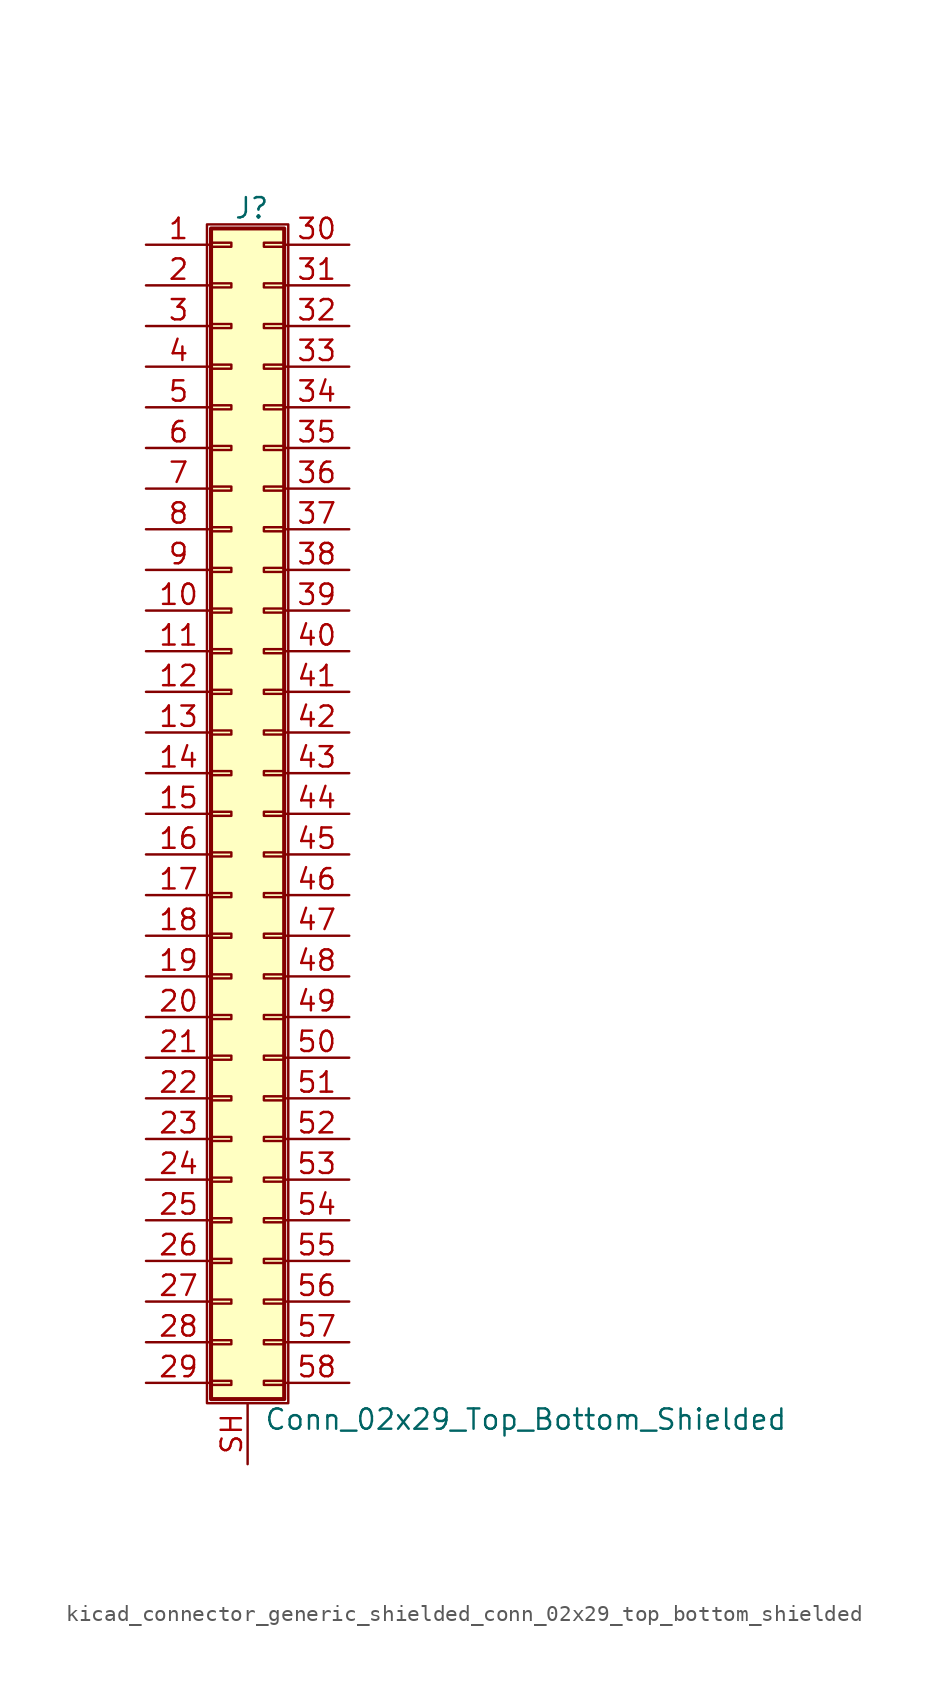
<source format=kicad_sym>
(kicad_symbol_lib
  (version 20220914)
  (generator kicad_symbol_editor)
  (symbol "kicad_connector_generic_shielded_conn_02x29_top_bottom_shielded"
    (pin_names
      (offset 1.016) hide)
    (property "Reference" "J"
      (at 1.524 37.846 0)
      (effects (font (size 1.27 1.27))))
    (property "Value" "Conn_02x29_Top_Bottom_Shielded"
      (at 2.286 -37.846 0)
      (effects (font (size 1.27 1.27)) (justify left)))
    (symbol "kicad_connector_generic_shielded_conn_02x29_top_bottom_shielded_1_1"
      (rectangle (start -1.27 36.83) (end 3.81 -36.83) (stroke (width 0.152) (type default)) (fill (type none)))
      (rectangle (start -1.016 -35.433) (end 0.254 -35.687) (stroke (width 0.152) (type default)) (fill (type none)))
      (rectangle (start -1.016 -32.893) (end 0.254 -33.147) (stroke (width 0.152) (type default)) (fill (type none)))
      (rectangle (start -1.016 -30.353) (end 0.254 -30.607) (stroke (width 0.152) (type default)) (fill (type none)))
      (rectangle (start -1.016 -27.813) (end 0.254 -28.067) (stroke (width 0.152) (type default)) (fill (type none)))
      (rectangle (start -1.016 -25.273) (end 0.254 -25.527) (stroke (width 0.152) (type default)) (fill (type none)))
      (rectangle (start -1.016 -22.733) (end 0.254 -22.987) (stroke (width 0.152) (type default)) (fill (type none)))
      (rectangle (start -1.016 -20.193) (end 0.254 -20.447) (stroke (width 0.152) (type default)) (fill (type none)))
      (rectangle (start -1.016 -17.653) (end 0.254 -17.907) (stroke (width 0.152) (type default)) (fill (type none)))
      (rectangle (start -1.016 -15.113) (end 0.254 -15.367) (stroke (width 0.152) (type default)) (fill (type none)))
      (rectangle (start -1.016 -12.573) (end 0.254 -12.827) (stroke (width 0.152) (type default)) (fill (type none)))
      (rectangle (start -1.016 -10.033) (end 0.254 -10.287) (stroke (width 0.152) (type default)) (fill (type none)))
      (rectangle (start -1.016 -7.493) (end 0.254 -7.747) (stroke (width 0.152) (type default)) (fill (type none)))
      (rectangle (start -1.016 -4.953) (end 0.254 -5.207) (stroke (width 0.152) (type default)) (fill (type none)))
      (rectangle (start -1.016 -2.413) (end 0.254 -2.667) (stroke (width 0.152) (type default)) (fill (type none)))
      (rectangle (start -1.016 0.127) (end 0.254 -0.127) (stroke (width 0.152) (type default)) (fill (type none)))
      (rectangle (start -1.016 2.667) (end 0.254 2.413) (stroke (width 0.152) (type default)) (fill (type none)))
      (rectangle (start -1.016 5.207) (end 0.254 4.953) (stroke (width 0.152) (type default)) (fill (type none)))
      (rectangle (start -1.016 7.747) (end 0.254 7.493) (stroke (width 0.152) (type default)) (fill (type none)))
      (rectangle (start -1.016 10.287) (end 0.254 10.033) (stroke (width 0.152) (type default)) (fill (type none)))
      (rectangle (start -1.016 12.827) (end 0.254 12.573) (stroke (width 0.152) (type default)) (fill (type none)))
      (rectangle (start -1.016 15.367) (end 0.254 15.113) (stroke (width 0.152) (type default)) (fill (type none)))
      (rectangle (start -1.016 17.907) (end 0.254 17.653) (stroke (width 0.152) (type default)) (fill (type none)))
      (rectangle (start -1.016 20.447) (end 0.254 20.193) (stroke (width 0.152) (type default)) (fill (type none)))
      (rectangle (start -1.016 22.987) (end 0.254 22.733) (stroke (width 0.152) (type default)) (fill (type none)))
      (rectangle (start -1.016 25.527) (end 0.254 25.273) (stroke (width 0.152) (type default)) (fill (type none)))
      (rectangle (start -1.016 28.067) (end 0.254 27.813) (stroke (width 0.152) (type default)) (fill (type none)))
      (rectangle (start -1.016 30.607) (end 0.254 30.353) (stroke (width 0.152) (type default)) (fill (type none)))
      (rectangle (start -1.016 33.147) (end 0.254 32.893) (stroke (width 0.152) (type default)) (fill (type none)))
      (rectangle (start -1.016 35.687) (end 0.254 35.433) (stroke (width 0.152) (type default)) (fill (type none)))
      (rectangle (start -1.016 36.576) (end 3.556 -36.576) (stroke (width 0.254) (type default)) (fill (type background)))
      (rectangle (start 3.556 -35.433) (end 2.286 -35.687) (stroke (width 0.152) (type default)) (fill (type none)))
      (rectangle (start 3.556 -32.893) (end 2.286 -33.147) (stroke (width 0.152) (type default)) (fill (type none)))
      (rectangle (start 3.556 -30.353) (end 2.286 -30.607) (stroke (width 0.152) (type default)) (fill (type none)))
      (rectangle (start 3.556 -27.813) (end 2.286 -28.067) (stroke (width 0.152) (type default)) (fill (type none)))
      (rectangle (start 3.556 -25.273) (end 2.286 -25.527) (stroke (width 0.152) (type default)) (fill (type none)))
      (rectangle (start 3.556 -22.733) (end 2.286 -22.987) (stroke (width 0.152) (type default)) (fill (type none)))
      (rectangle (start 3.556 -20.193) (end 2.286 -20.447) (stroke (width 0.152) (type default)) (fill (type none)))
      (rectangle (start 3.556 -17.653) (end 2.286 -17.907) (stroke (width 0.152) (type default)) (fill (type none)))
      (rectangle (start 3.556 -15.113) (end 2.286 -15.367) (stroke (width 0.152) (type default)) (fill (type none)))
      (rectangle (start 3.556 -12.573) (end 2.286 -12.827) (stroke (width 0.152) (type default)) (fill (type none)))
      (rectangle (start 3.556 -10.033) (end 2.286 -10.287) (stroke (width 0.152) (type default)) (fill (type none)))
      (rectangle (start 3.556 -7.493) (end 2.286 -7.747) (stroke (width 0.152) (type default)) (fill (type none)))
      (rectangle (start 3.556 -4.953) (end 2.286 -5.207) (stroke (width 0.152) (type default)) (fill (type none)))
      (rectangle (start 3.556 -2.413) (end 2.286 -2.667) (stroke (width 0.152) (type default)) (fill (type none)))
      (rectangle (start 3.556 0.127) (end 2.286 -0.127) (stroke (width 0.152) (type default)) (fill (type none)))
      (rectangle (start 3.556 2.667) (end 2.286 2.413) (stroke (width 0.152) (type default)) (fill (type none)))
      (rectangle (start 3.556 5.207) (end 2.286 4.953) (stroke (width 0.152) (type default)) (fill (type none)))
      (rectangle (start 3.556 7.747) (end 2.286 7.493) (stroke (width 0.152) (type default)) (fill (type none)))
      (rectangle (start 3.556 10.287) (end 2.286 10.033) (stroke (width 0.152) (type default)) (fill (type none)))
      (rectangle (start 3.556 12.827) (end 2.286 12.573) (stroke (width 0.152) (type default)) (fill (type none)))
      (rectangle (start 3.556 15.367) (end 2.286 15.113) (stroke (width 0.152) (type default)) (fill (type none)))
      (rectangle (start 3.556 17.907) (end 2.286 17.653) (stroke (width 0.152) (type default)) (fill (type none)))
      (rectangle (start 3.556 20.447) (end 2.286 20.193) (stroke (width 0.152) (type default)) (fill (type none)))
      (rectangle (start 3.556 22.987) (end 2.286 22.733) (stroke (width 0.152) (type default)) (fill (type none)))
      (rectangle (start 3.556 25.527) (end 2.286 25.273) (stroke (width 0.152) (type default)) (fill (type none)))
      (rectangle (start 3.556 28.067) (end 2.286 27.813) (stroke (width 0.152) (type default)) (fill (type none)))
      (rectangle (start 3.556 30.607) (end 2.286 30.353) (stroke (width 0.152) (type default)) (fill (type none)))
      (rectangle (start 3.556 33.147) (end 2.286 32.893) (stroke (width 0.152) (type default)) (fill (type none)))
      (rectangle (start 3.556 35.687) (end 2.286 35.433) (stroke (width 0.152) (type default)) (fill (type none)))
      (pin passive line (at -5.08 35.56 0) (length 4.064) (name "Pin_1" (effects (font (size 1.27 1.27)))) (number "1" (effects (font (size 1.27 1.27)))))
      (pin passive line (at -5.08 12.7 0) (length 4.064) (name "Pin_10" (effects (font (size 1.27 1.27)))) (number "10" (effects (font (size 1.27 1.27)))))
      (pin passive line (at -5.08 10.16 0) (length 4.064) (name "Pin_11" (effects (font (size 1.27 1.27)))) (number "11" (effects (font (size 1.27 1.27)))))
      (pin passive line (at -5.08 7.62 0) (length 4.064) (name "Pin_12" (effects (font (size 1.27 1.27)))) (number "12" (effects (font (size 1.27 1.27)))))
      (pin passive line (at -5.08 5.08 0) (length 4.064) (name "Pin_13" (effects (font (size 1.27 1.27)))) (number "13" (effects (font (size 1.27 1.27)))))
      (pin passive line (at -5.08 2.54 0) (length 4.064) (name "Pin_14" (effects (font (size 1.27 1.27)))) (number "14" (effects (font (size 1.27 1.27)))))
      (pin passive line (at -5.08 0 0) (length 4.064) (name "Pin_15" (effects (font (size 1.27 1.27)))) (number "15" (effects (font (size 1.27 1.27)))))
      (pin passive line (at -5.08 -2.54 0) (length 4.064) (name "Pin_16" (effects (font (size 1.27 1.27)))) (number "16" (effects (font (size 1.27 1.27)))))
      (pin passive line (at -5.08 -5.08 0) (length 4.064) (name "Pin_17" (effects (font (size 1.27 1.27)))) (number "17" (effects (font (size 1.27 1.27)))))
      (pin passive line (at -5.08 -7.62 0) (length 4.064) (name "Pin_18" (effects (font (size 1.27 1.27)))) (number "18" (effects (font (size 1.27 1.27)))))
      (pin passive line (at -5.08 -10.16 0) (length 4.064) (name "Pin_19" (effects (font (size 1.27 1.27)))) (number "19" (effects (font (size 1.27 1.27)))))
      (pin passive line (at -5.08 33.02 0) (length 4.064) (name "Pin_2" (effects (font (size 1.27 1.27)))) (number "2" (effects (font (size 1.27 1.27)))))
      (pin passive line (at -5.08 -12.7 0) (length 4.064) (name "Pin_20" (effects (font (size 1.27 1.27)))) (number "20" (effects (font (size 1.27 1.27)))))
      (pin passive line (at -5.08 -15.24 0) (length 4.064) (name "Pin_21" (effects (font (size 1.27 1.27)))) (number "21" (effects (font (size 1.27 1.27)))))
      (pin passive line (at -5.08 -17.78 0) (length 4.064) (name "Pin_22" (effects (font (size 1.27 1.27)))) (number "22" (effects (font (size 1.27 1.27)))))
      (pin passive line (at -5.08 -20.32 0) (length 4.064) (name "Pin_23" (effects (font (size 1.27 1.27)))) (number "23" (effects (font (size 1.27 1.27)))))
      (pin passive line (at -5.08 -22.86 0) (length 4.064) (name "Pin_24" (effects (font (size 1.27 1.27)))) (number "24" (effects (font (size 1.27 1.27)))))
      (pin passive line (at -5.08 -25.4 0) (length 4.064) (name "Pin_25" (effects (font (size 1.27 1.27)))) (number "25" (effects (font (size 1.27 1.27)))))
      (pin passive line (at -5.08 -27.94 0) (length 4.064) (name "Pin_26" (effects (font (size 1.27 1.27)))) (number "26" (effects (font (size 1.27 1.27)))))
      (pin passive line (at -5.08 -30.48 0) (length 4.064) (name "Pin_27" (effects (font (size 1.27 1.27)))) (number "27" (effects (font (size 1.27 1.27)))))
      (pin passive line (at -5.08 -33.02 0) (length 4.064) (name "Pin_28" (effects (font (size 1.27 1.27)))) (number "28" (effects (font (size 1.27 1.27)))))
      (pin passive line (at -5.08 -35.56 0) (length 4.064) (name "Pin_29" (effects (font (size 1.27 1.27)))) (number "29" (effects (font (size 1.27 1.27)))))
      (pin passive line (at -5.08 30.48 0) (length 4.064) (name "Pin_3" (effects (font (size 1.27 1.27)))) (number "3" (effects (font (size 1.27 1.27)))))
      (pin passive line (at 7.62 35.56 180) (length 4.064) (name "Pin_30" (effects (font (size 1.27 1.27)))) (number "30" (effects (font (size 1.27 1.27)))))
      (pin passive line (at 7.62 33.02 180) (length 4.064) (name "Pin_31" (effects (font (size 1.27 1.27)))) (number "31" (effects (font (size 1.27 1.27)))))
      (pin passive line (at 7.62 30.48 180) (length 4.064) (name "Pin_32" (effects (font (size 1.27 1.27)))) (number "32" (effects (font (size 1.27 1.27)))))
      (pin passive line (at 7.62 27.94 180) (length 4.064) (name "Pin_33" (effects (font (size 1.27 1.27)))) (number "33" (effects (font (size 1.27 1.27)))))
      (pin passive line (at 7.62 25.4 180) (length 4.064) (name "Pin_34" (effects (font (size 1.27 1.27)))) (number "34" (effects (font (size 1.27 1.27)))))
      (pin passive line (at 7.62 22.86 180) (length 4.064) (name "Pin_35" (effects (font (size 1.27 1.27)))) (number "35" (effects (font (size 1.27 1.27)))))
      (pin passive line (at 7.62 20.32 180) (length 4.064) (name "Pin_36" (effects (font (size 1.27 1.27)))) (number "36" (effects (font (size 1.27 1.27)))))
      (pin passive line (at 7.62 17.78 180) (length 4.064) (name "Pin_37" (effects (font (size 1.27 1.27)))) (number "37" (effects (font (size 1.27 1.27)))))
      (pin passive line (at 7.62 15.24 180) (length 4.064) (name "Pin_38" (effects (font (size 1.27 1.27)))) (number "38" (effects (font (size 1.27 1.27)))))
      (pin passive line (at 7.62 12.7 180) (length 4.064) (name "Pin_39" (effects (font (size 1.27 1.27)))) (number "39" (effects (font (size 1.27 1.27)))))
      (pin passive line (at -5.08 27.94 0) (length 4.064) (name "Pin_4" (effects (font (size 1.27 1.27)))) (number "4" (effects (font (size 1.27 1.27)))))
      (pin passive line (at 7.62 10.16 180) (length 4.064) (name "Pin_40" (effects (font (size 1.27 1.27)))) (number "40" (effects (font (size 1.27 1.27)))))
      (pin passive line (at 7.62 7.62 180) (length 4.064) (name "Pin_41" (effects (font (size 1.27 1.27)))) (number "41" (effects (font (size 1.27 1.27)))))
      (pin passive line (at 7.62 5.08 180) (length 4.064) (name "Pin_42" (effects (font (size 1.27 1.27)))) (number "42" (effects (font (size 1.27 1.27)))))
      (pin passive line (at 7.62 2.54 180) (length 4.064) (name "Pin_43" (effects (font (size 1.27 1.27)))) (number "43" (effects (font (size 1.27 1.27)))))
      (pin passive line (at 7.62 0 180) (length 4.064) (name "Pin_44" (effects (font (size 1.27 1.27)))) (number "44" (effects (font (size 1.27 1.27)))))
      (pin passive line (at 7.62 -2.54 180) (length 4.064) (name "Pin_45" (effects (font (size 1.27 1.27)))) (number "45" (effects (font (size 1.27 1.27)))))
      (pin passive line (at 7.62 -5.08 180) (length 4.064) (name "Pin_46" (effects (font (size 1.27 1.27)))) (number "46" (effects (font (size 1.27 1.27)))))
      (pin passive line (at 7.62 -7.62 180) (length 4.064) (name "Pin_47" (effects (font (size 1.27 1.27)))) (number "47" (effects (font (size 1.27 1.27)))))
      (pin passive line (at 7.62 -10.16 180) (length 4.064) (name "Pin_48" (effects (font (size 1.27 1.27)))) (number "48" (effects (font (size 1.27 1.27)))))
      (pin passive line (at 7.62 -12.7 180) (length 4.064) (name "Pin_49" (effects (font (size 1.27 1.27)))) (number "49" (effects (font (size 1.27 1.27)))))
      (pin passive line (at -5.08 25.4 0) (length 4.064) (name "Pin_5" (effects (font (size 1.27 1.27)))) (number "5" (effects (font (size 1.27 1.27)))))
      (pin passive line (at 7.62 -15.24 180) (length 4.064) (name "Pin_50" (effects (font (size 1.27 1.27)))) (number "50" (effects (font (size 1.27 1.27)))))
      (pin passive line (at 7.62 -17.78 180) (length 4.064) (name "Pin_51" (effects (font (size 1.27 1.27)))) (number "51" (effects (font (size 1.27 1.27)))))
      (pin passive line (at 7.62 -20.32 180) (length 4.064) (name "Pin_52" (effects (font (size 1.27 1.27)))) (number "52" (effects (font (size 1.27 1.27)))))
      (pin passive line (at 7.62 -22.86 180) (length 4.064) (name "Pin_53" (effects (font (size 1.27 1.27)))) (number "53" (effects (font (size 1.27 1.27)))))
      (pin passive line (at 7.62 -25.4 180) (length 4.064) (name "Pin_54" (effects (font (size 1.27 1.27)))) (number "54" (effects (font (size 1.27 1.27)))))
      (pin passive line (at 7.62 -27.94 180) (length 4.064) (name "Pin_55" (effects (font (size 1.27 1.27)))) (number "55" (effects (font (size 1.27 1.27)))))
      (pin passive line (at 7.62 -30.48 180) (length 4.064) (name "Pin_56" (effects (font (size 1.27 1.27)))) (number "56" (effects (font (size 1.27 1.27)))))
      (pin passive line (at 7.62 -33.02 180) (length 4.064) (name "Pin_57" (effects (font (size 1.27 1.27)))) (number "57" (effects (font (size 1.27 1.27)))))
      (pin passive line (at 7.62 -35.56 180) (length 4.064) (name "Pin_58" (effects (font (size 1.27 1.27)))) (number "58" (effects (font (size 1.27 1.27)))))
      (pin passive line (at -5.08 22.86 0) (length 4.064) (name "Pin_6" (effects (font (size 1.27 1.27)))) (number "6" (effects (font (size 1.27 1.27)))))
      (pin passive line (at -5.08 20.32 0) (length 4.064) (name "Pin_7" (effects (font (size 1.27 1.27)))) (number "7" (effects (font (size 1.27 1.27)))))
      (pin passive line (at -5.08 17.78 0) (length 4.064) (name "Pin_8" (effects (font (size 1.27 1.27)))) (number "8" (effects (font (size 1.27 1.27)))))
      (pin passive line (at -5.08 15.24 0) (length 4.064) (name "Pin_9" (effects (font (size 1.27 1.27)))) (number "9" (effects (font (size 1.27 1.27)))))
      (pin passive line (at 1.27 -40.64 90) (length 3.81) (name "Shield" (effects (font (size 1.27 1.27)))) (number "SH" (effects (font (size 1.27 1.27))))))))
</source>
